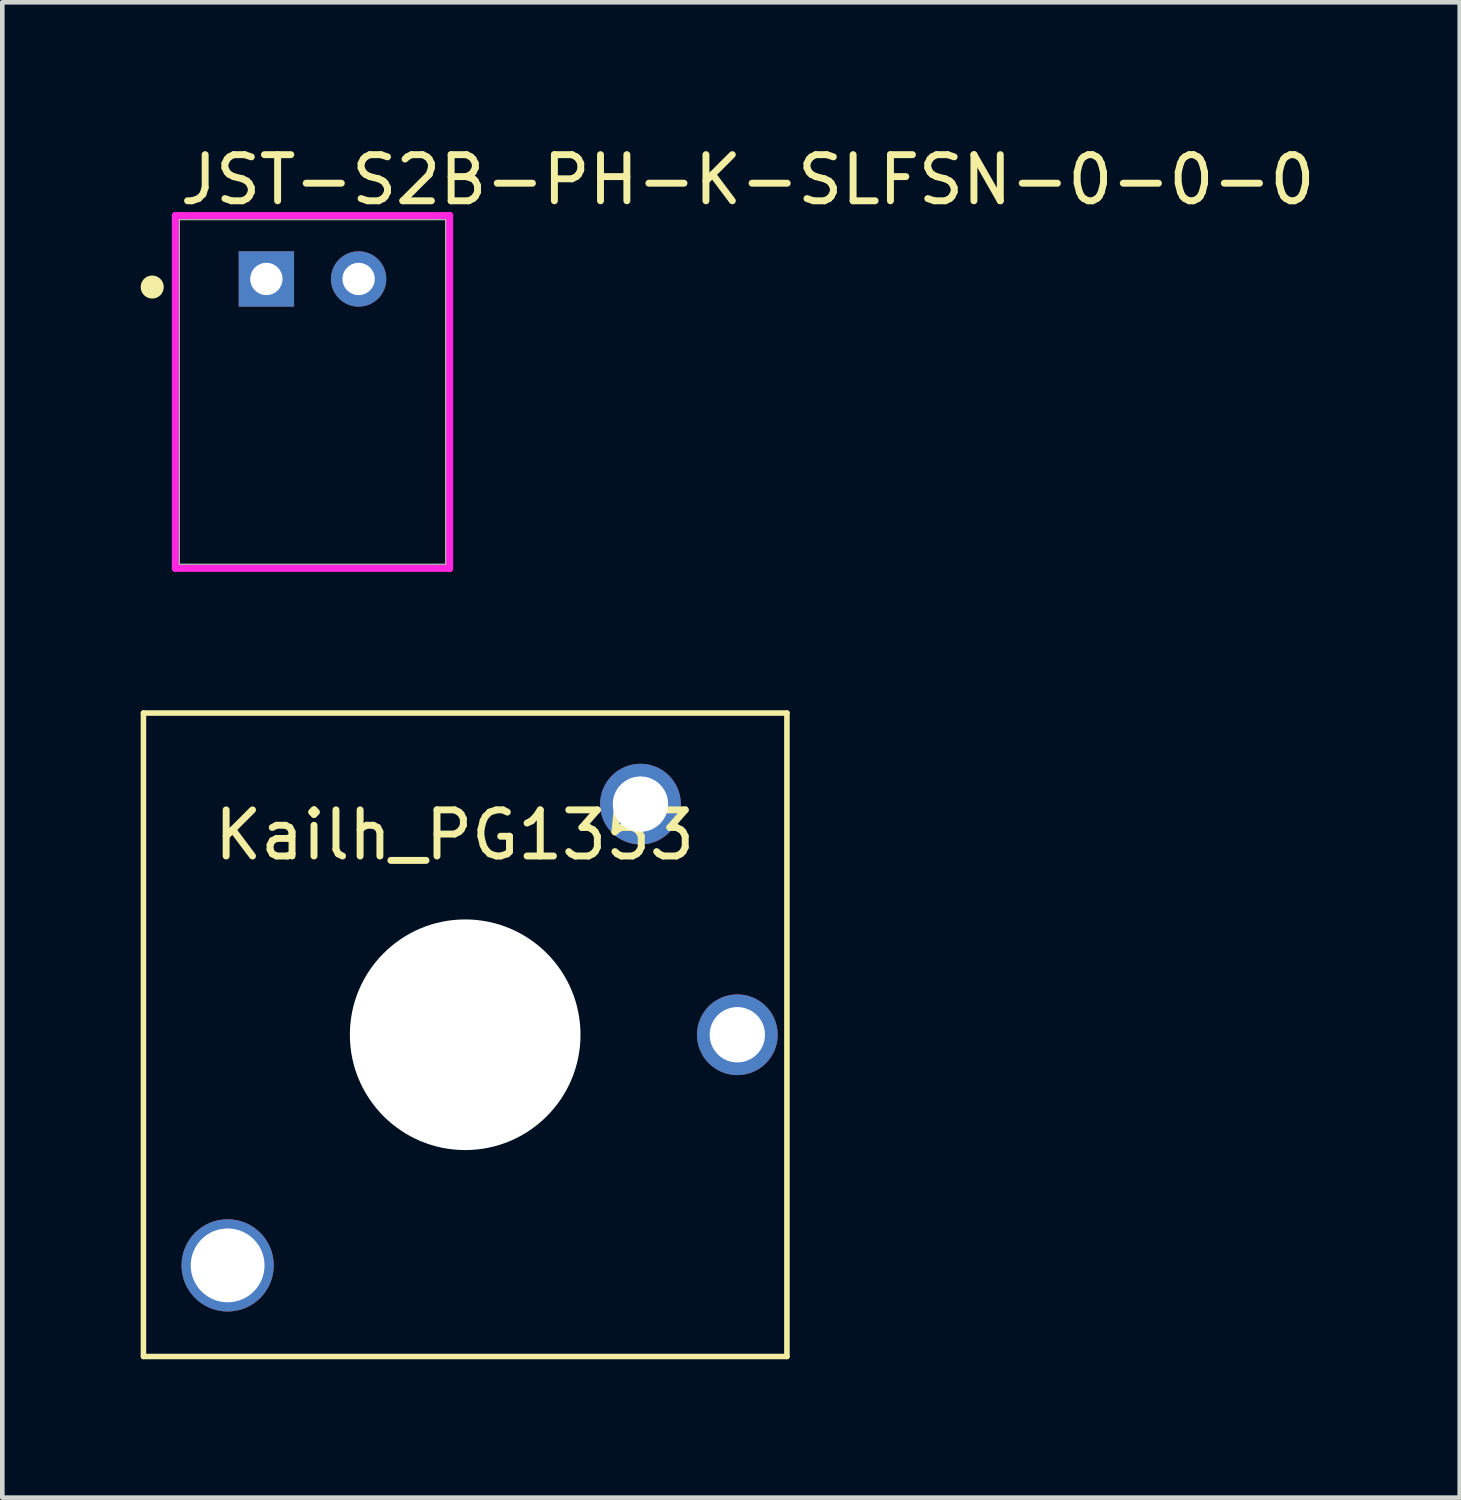
<source format=kicad_pcb>
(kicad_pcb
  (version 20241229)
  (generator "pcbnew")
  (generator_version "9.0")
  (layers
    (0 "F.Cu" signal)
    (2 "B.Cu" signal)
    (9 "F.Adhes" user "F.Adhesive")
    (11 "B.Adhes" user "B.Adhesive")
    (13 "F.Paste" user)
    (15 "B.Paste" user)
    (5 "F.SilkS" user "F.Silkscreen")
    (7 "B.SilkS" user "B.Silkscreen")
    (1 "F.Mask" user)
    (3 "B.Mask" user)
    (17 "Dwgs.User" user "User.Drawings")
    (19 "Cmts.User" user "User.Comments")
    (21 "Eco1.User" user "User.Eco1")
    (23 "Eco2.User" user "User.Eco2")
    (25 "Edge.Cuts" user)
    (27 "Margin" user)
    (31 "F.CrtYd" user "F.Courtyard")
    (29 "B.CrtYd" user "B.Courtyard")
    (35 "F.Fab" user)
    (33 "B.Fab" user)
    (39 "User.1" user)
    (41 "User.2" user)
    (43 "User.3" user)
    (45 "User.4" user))
  (footprint "Kailh_PG1353"
    (layer "F.Cu")
    (at 7.035 19.383)
    (property "Reference" "Kailh_PG1353" (at -0.23 -4.33 0) (layer "F.SilkS") (effects (font (size 1 1) (thickness 0.15))))
    (attr through_hole)
    (fp_line (start -6.975 -6.975) (end 6.975 -6.975) (stroke (width 0.12) (type solid)) (layer "F.SilkS"))
    (fp_line (start -6.975 6.975) (end -6.975 -6.975) (stroke (width 0.12) (type solid)) (layer "F.SilkS"))
    (fp_line (start -6.975 6.975) (end 6.975 6.975) (stroke (width 0.12) (type solid)) (layer "F.SilkS"))
    (fp_line (start 6.975 -6.975) (end 6.975 6.975) (stroke (width 0.12) (type solid)) (layer "F.SilkS"))
    (pad "" np_thru_hole circle (at 0 0) (size 5 5) (drill 5) (layers "*.Cu" "*.Mask"))
    (pad "1" thru_hole circle (at -5.15 5) (size 2 2) (drill 1.6) (layers "*.Cu" "*.Mask"))
    (pad "2" thru_hole circle (at 5.9 0) (size 1.75 1.75) (drill 1.2) (layers "*.Cu" "*.Mask"))
    (pad "3" thru_hole circle (at 3.8 -5) (size 1.75 1.75) (drill 1.2) (layers "*.Cu" "*.Mask")))
  (footprint "JST-S2B-PH-K-SLFSN-0-0-0"
    (layer "F.Cu")
    (at 3.725 5.448)
    (property "Reference" "JST-S2B-PH-K-SLFSN-0-0-0" (at -2.95 -4.6 0) (layer "F.SilkS") (effects (font (size 1 1) (thickness 0.15)) (justify left)))
    (attr through_hole)
    (fp_line (start -2.95 -3.8) (end 2.95 -3.8) (stroke (width 0.15) (type solid)) (layer "F.SilkS"))
    (fp_line (start -2.95 3.8) (end -2.95 -3.8) (stroke (width 0.15) (type solid)) (layer "F.SilkS"))
    (fp_line (start -2.95 3.8) (end 2.95 3.8) (stroke (width 0.15) (type solid)) (layer "F.SilkS"))
    (fp_line (start 2.95 3.8) (end 2.95 -3.8) (stroke (width 0.15) (type solid)) (layer "F.SilkS"))
    (fp_circle (center -3.475 -2.275) (end -3.35 -2.275) (stroke (width 0.25) (type solid)) (fill no) (layer "F.SilkS"))
    (fp_line (start -2.975 -3.825) (end -2.975 3.825) (stroke (width 0.15) (type solid)) (layer "F.CrtYd"))
    (fp_line (start -2.975 3.825) (end 2.975 3.825) (stroke (width 0.15) (type solid)) (layer "F.CrtYd"))
    (fp_line (start 2.975 -3.825) (end -2.975 -3.825) (stroke (width 0.15) (type solid)) (layer "F.CrtYd"))
    (fp_line (start 2.975 -3.825) (end 2.975 -3.825) (stroke (width 0.15) (type solid)) (layer "F.CrtYd"))
    (fp_line (start 2.975 3.825) (end 2.975 -3.825) (stroke (width 0.15) (type solid)) (layer "F.CrtYd"))
    (fp_line (start -2.95 -3.8) (end 2.95 -3.8) (stroke (width 0.15) (type solid)) (layer "F.Fab"))
    (fp_line (start -2.95 3.8) (end -2.95 -3.8) (stroke (width 0.15) (type solid)) (layer "F.Fab"))
    (fp_line (start 2.95 -3.8) (end 2.95 3.8) (stroke (width 0.15) (type solid)) (layer "F.Fab"))
    (fp_line (start 2.95 3.8) (end -2.95 3.8) (stroke (width 0.15) (type solid)) (layer "F.Fab"))
    (pad "1" thru_hole rect (at -1 -2.45) (size 1.2 1.2) (drill 0.7) (layers "*.Cu"))
    (pad "2" thru_hole circle (at 1 -2.45) (size 1.2 1.2) (drill 0.7) (layers "*.Cu")))
  (gr_rect
    (start -3 -3)
    (end 28.596 29.418)
    (stroke (width 0.1) (type default))
    (fill no)
    (layer "Edge.Cuts")))
</source>
